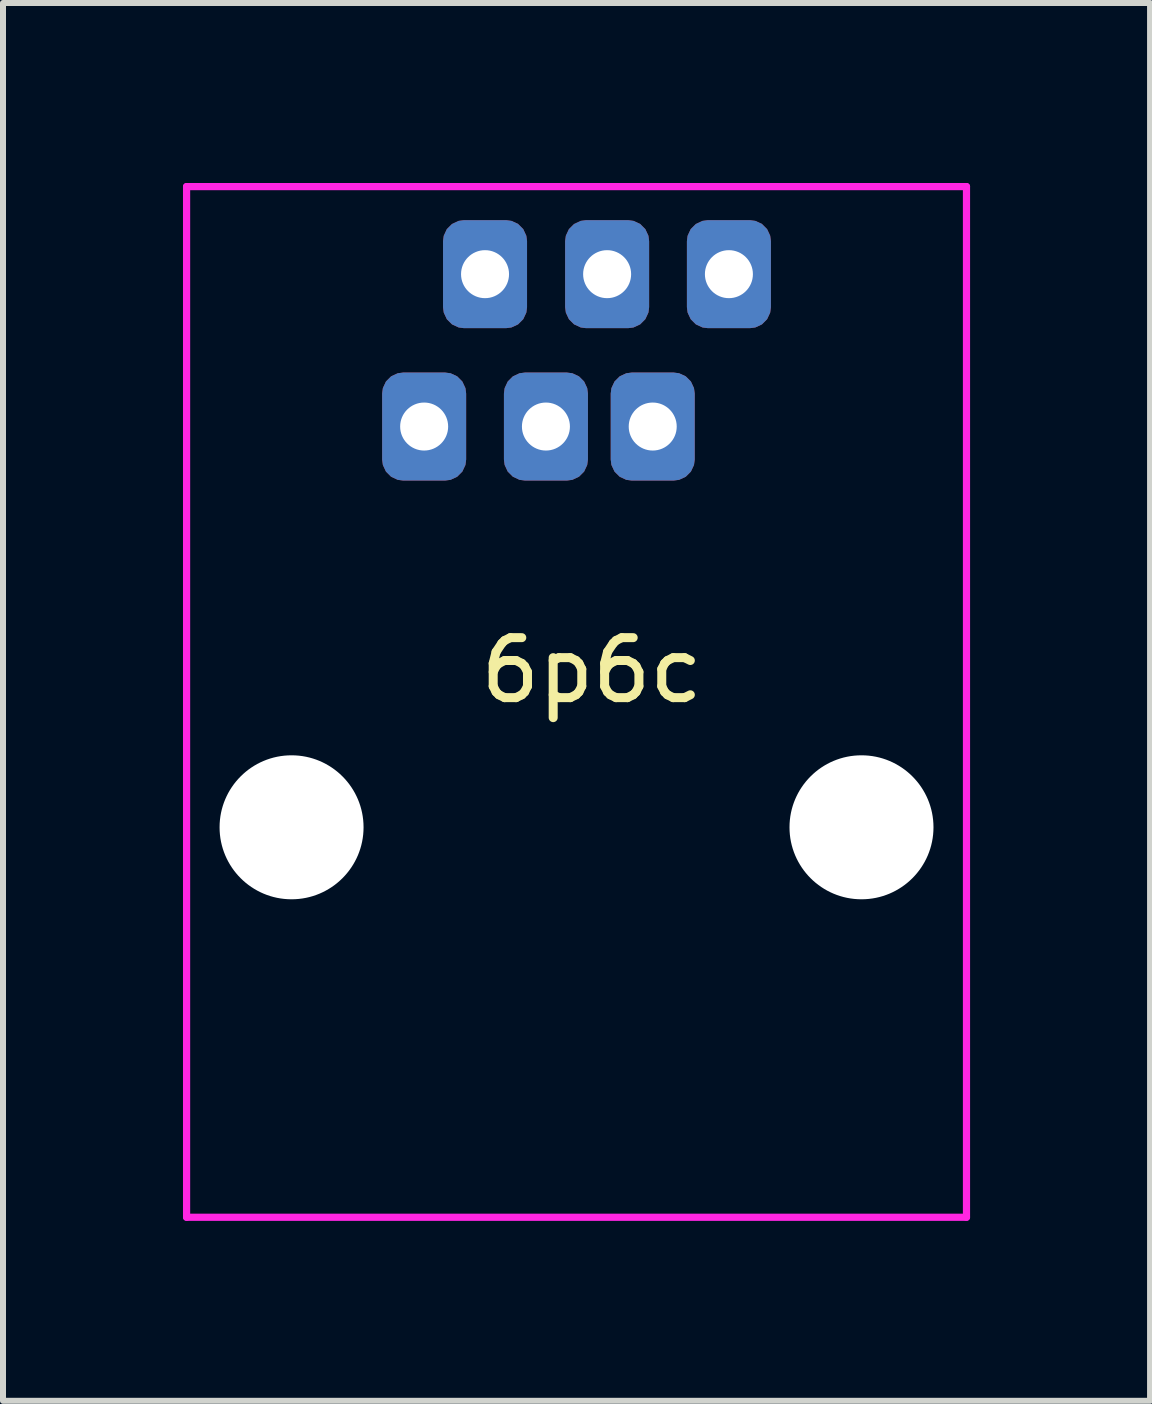
<source format=kicad_pcb>
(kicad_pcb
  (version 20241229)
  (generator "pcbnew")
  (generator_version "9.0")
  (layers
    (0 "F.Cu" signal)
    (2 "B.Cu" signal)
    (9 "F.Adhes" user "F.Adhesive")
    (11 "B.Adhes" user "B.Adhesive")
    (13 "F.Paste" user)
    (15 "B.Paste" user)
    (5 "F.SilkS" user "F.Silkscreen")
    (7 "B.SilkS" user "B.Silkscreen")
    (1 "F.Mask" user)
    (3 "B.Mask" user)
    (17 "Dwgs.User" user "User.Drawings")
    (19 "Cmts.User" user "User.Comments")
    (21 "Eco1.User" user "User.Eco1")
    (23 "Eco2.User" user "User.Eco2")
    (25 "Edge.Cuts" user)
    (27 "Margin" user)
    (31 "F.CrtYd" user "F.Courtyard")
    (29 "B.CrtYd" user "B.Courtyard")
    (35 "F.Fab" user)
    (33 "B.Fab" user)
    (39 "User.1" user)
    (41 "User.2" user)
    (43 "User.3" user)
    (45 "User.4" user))
  (footprint "6p6c"
    (layer "F.Cu")
    (at 6.56 4.06)
    (property "Reference" "6p6c" (at 0.254 4.064 0) (layer "F.SilkS") (effects (font (size 1 1) (thickness 0.15))))
    (attr through_hole)
    (fp_line (start -6.5 -4) (end 6.5 -4) (stroke (width 0.12) (type solid)) (layer "F.CrtYd"))
    (fp_line (start -6.5 13.18) (end -6.5 -4) (stroke (width 0.12) (type solid)) (layer "F.CrtYd"))
    (fp_line (start -6.5 13.18) (end 6.5 13.18) (stroke (width 0.12) (type solid)) (layer "F.CrtYd"))
    (fp_line (start 6.5 -4) (end 6.5 13.18) (stroke (width 0.12) (type solid)) (layer "F.CrtYd"))
    (pad "" np_thru_hole circle (at -4.75 6.68) (size 2.4 2.4) (drill 2.4) (layers "*.Cu" "*.Mask"))
    (pad "" np_thru_hole circle (at 4.75 6.68) (size 2.4 2.4) (drill 2.4) (layers "*.Cu" "*.Mask"))
    (pad "1" thru_hole roundrect (at -2.54 0) (size 1.4 1.8) (drill 0.8) (layers "*.Cu" "*.Mask") (roundrect_rratio 0.25))
    (pad "2" thru_hole roundrect (at -1.525 -2.54) (size 1.4 1.8) (drill 0.8) (layers "*.Cu" "*.Mask") (roundrect_rratio 0.25))
    (pad "3" thru_hole roundrect (at -0.51 0) (size 1.4 1.8) (drill 0.8) (layers "*.Cu" "*.Mask") (roundrect_rratio 0.25))
    (pad "4" thru_hole roundrect (at 0.51 -2.54) (size 1.4 1.8) (drill 0.8) (layers "*.Cu" "*.Mask") (roundrect_rratio 0.25))
    (pad "5" thru_hole roundrect (at 1.27 0) (size 1.4 1.8) (drill 0.8) (layers "*.Cu" "*.Mask") (roundrect_rratio 0.25))
    (pad "6" thru_hole roundrect (at 2.54 -2.54) (size 1.4 1.8) (drill 0.8) (layers "*.Cu" "*.Mask") (roundrect_rratio 0.25)))
  (gr_rect
    (start -3 -3)
    (end 16.12 20.3)
    (stroke (width 0.1) (type default))
    (fill no)
    (layer "Edge.Cuts")))
</source>
